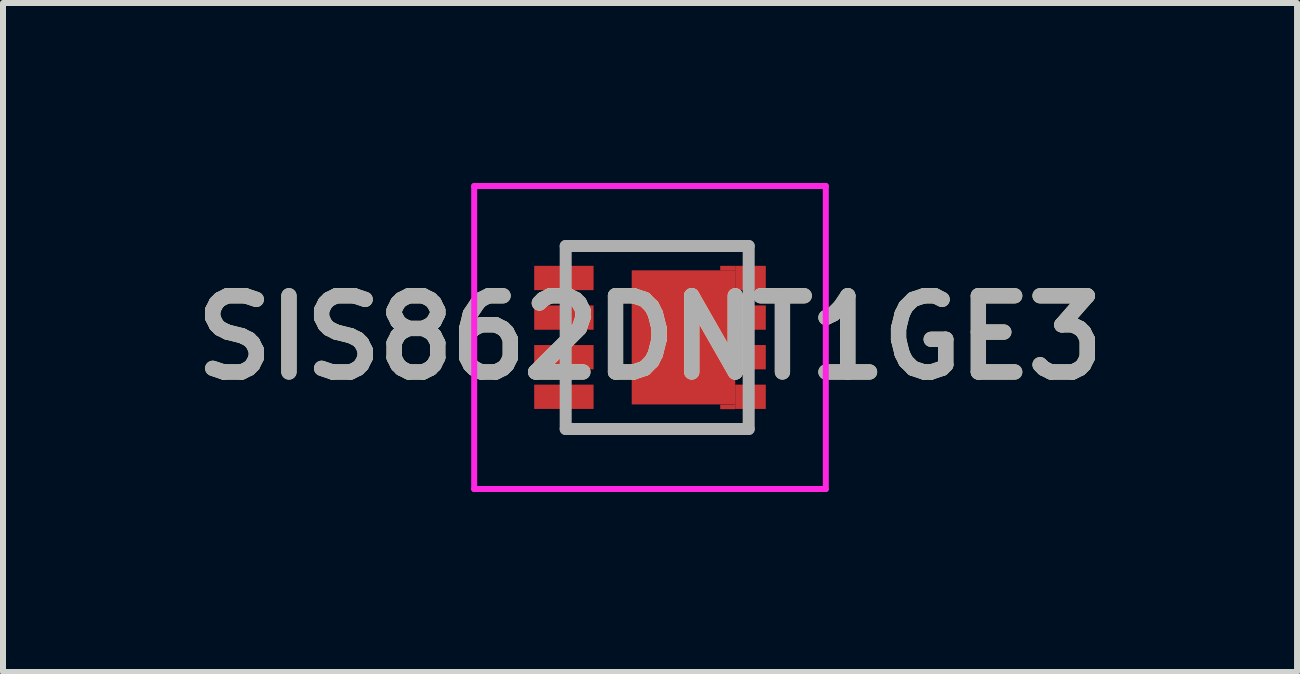
<source format=kicad_pcb>
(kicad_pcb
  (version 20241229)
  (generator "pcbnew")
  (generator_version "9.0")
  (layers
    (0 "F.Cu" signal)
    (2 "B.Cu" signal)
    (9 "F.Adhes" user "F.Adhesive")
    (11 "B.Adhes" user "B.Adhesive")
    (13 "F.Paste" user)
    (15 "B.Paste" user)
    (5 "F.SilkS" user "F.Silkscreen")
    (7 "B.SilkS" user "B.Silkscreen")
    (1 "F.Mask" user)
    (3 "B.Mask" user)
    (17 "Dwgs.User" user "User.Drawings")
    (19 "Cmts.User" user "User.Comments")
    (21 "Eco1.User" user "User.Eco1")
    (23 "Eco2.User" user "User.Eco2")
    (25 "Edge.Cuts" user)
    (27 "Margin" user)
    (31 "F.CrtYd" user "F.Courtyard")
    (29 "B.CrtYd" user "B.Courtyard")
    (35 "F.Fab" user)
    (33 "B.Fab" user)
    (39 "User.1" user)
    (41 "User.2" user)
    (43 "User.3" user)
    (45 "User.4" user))
  (footprint "SIS862DNT1GE3"
    (layer "F.Cu")
    (at 7.903 2.575)
    (property "Reference" "SIS862DNT1GE3" (at -0.12 0 0) (layer "F.SilkS") (effects (font (size 1.27 1.27) (thickness 0.254))))
    (attr smd)
    (fp_line (start -1.525 -1.525) (end 1.555 -1.525) (stroke (width 0.1) (type solid)) (layer "F.SilkS"))
    (fp_line (start -1.5 1.525) (end 1.525 1.525) (stroke (width 0.1) (type solid)) (layer "F.SilkS"))
    (fp_line (start -3.05 -2.525) (end 2.81 -2.525) (stroke (width 0.1) (type solid)) (layer "F.CrtYd"))
    (fp_line (start -3.05 2.525) (end -3.05 -2.525) (stroke (width 0.1) (type solid)) (layer "F.CrtYd"))
    (fp_line (start 2.81 -2.525) (end 2.81 2.525) (stroke (width 0.1) (type solid)) (layer "F.CrtYd"))
    (fp_line (start 2.81 2.525) (end -3.05 2.525) (stroke (width 0.1) (type solid)) (layer "F.CrtYd"))
    (fp_line (start -1.525 -1.525) (end 1.525 -1.525) (stroke (width 0.2) (type solid)) (layer "F.Fab"))
    (fp_line (start -1.525 1.525) (end -1.525 -1.525) (stroke (width 0.2) (type solid)) (layer "F.Fab"))
    (fp_line (start 1.525 -1.525) (end 1.525 1.525) (stroke (width 0.2) (type solid)) (layer "F.Fab"))
    (fp_line (start 1.525 1.525) (end -1.525 1.525) (stroke (width 0.2) (type solid)) (layer "F.Fab"))
    (fp_text user "${REFERENCE}" (at -0.12 0 0) (layer "F.Fab") (effects (font (size 1.27 1.27) (thickness 0.254))))
    (pad "1" smd rect (at -1.555 -0.992 90) (size 0.405 0.99) (layers "F.Cu" "F.Mask" "F.Paste"))
    (pad "2" smd rect (at -1.555 -0.332 90) (size 0.405 0.99) (layers "F.Cu" "F.Mask" "F.Paste"))
    (pad "3" smd rect (at -1.555 0.328 90) (size 0.405 0.99) (layers "F.Cu" "F.Mask" "F.Paste"))
    (pad "4" smd rect (at -1.555 0.988 90) (size 0.405 0.99) (layers "F.Cu" "F.Mask" "F.Paste"))
    (pad "5" smd rect (at 1.555 0.988 90) (size 0.405 0.51) (layers "F.Cu" "F.Mask" "F.Paste"))
    (pad "6" smd rect (at 1.555 0.328 90) (size 0.405 0.51) (layers "F.Cu" "F.Mask" "F.Paste"))
    (pad "7" smd rect (at 1.555 -0.332 90) (size 0.405 0.51) (layers "F.Cu" "F.Mask" "F.Paste"))
    (pad "8" smd rect (at 1.555 -0.992 90) (size 0.405 0.51) (layers "F.Cu" "F.Mask" "F.Paste"))
    (pad "9" smd rect (at 0.438 -0.002) (size 1.725 2.235) (layers "F.Cu" "F.Mask" "F.Paste"))
    (pad "10" smd rect (at 1.175 1.156 90) (size 0.077 0.25) (layers "F.Cu" "F.Mask" "F.Paste"))
    (pad "11" smd rect (at 1.175 -1.156 90) (size 0.077 0.25) (layers "F.Cu" "F.Mask" "F.Paste")))
  (gr_rect
    (start -3 -3)
    (end 18.567 8.15)
    (stroke (width 0.1) (type default))
    (fill no)
    (layer "Edge.Cuts")))
</source>
